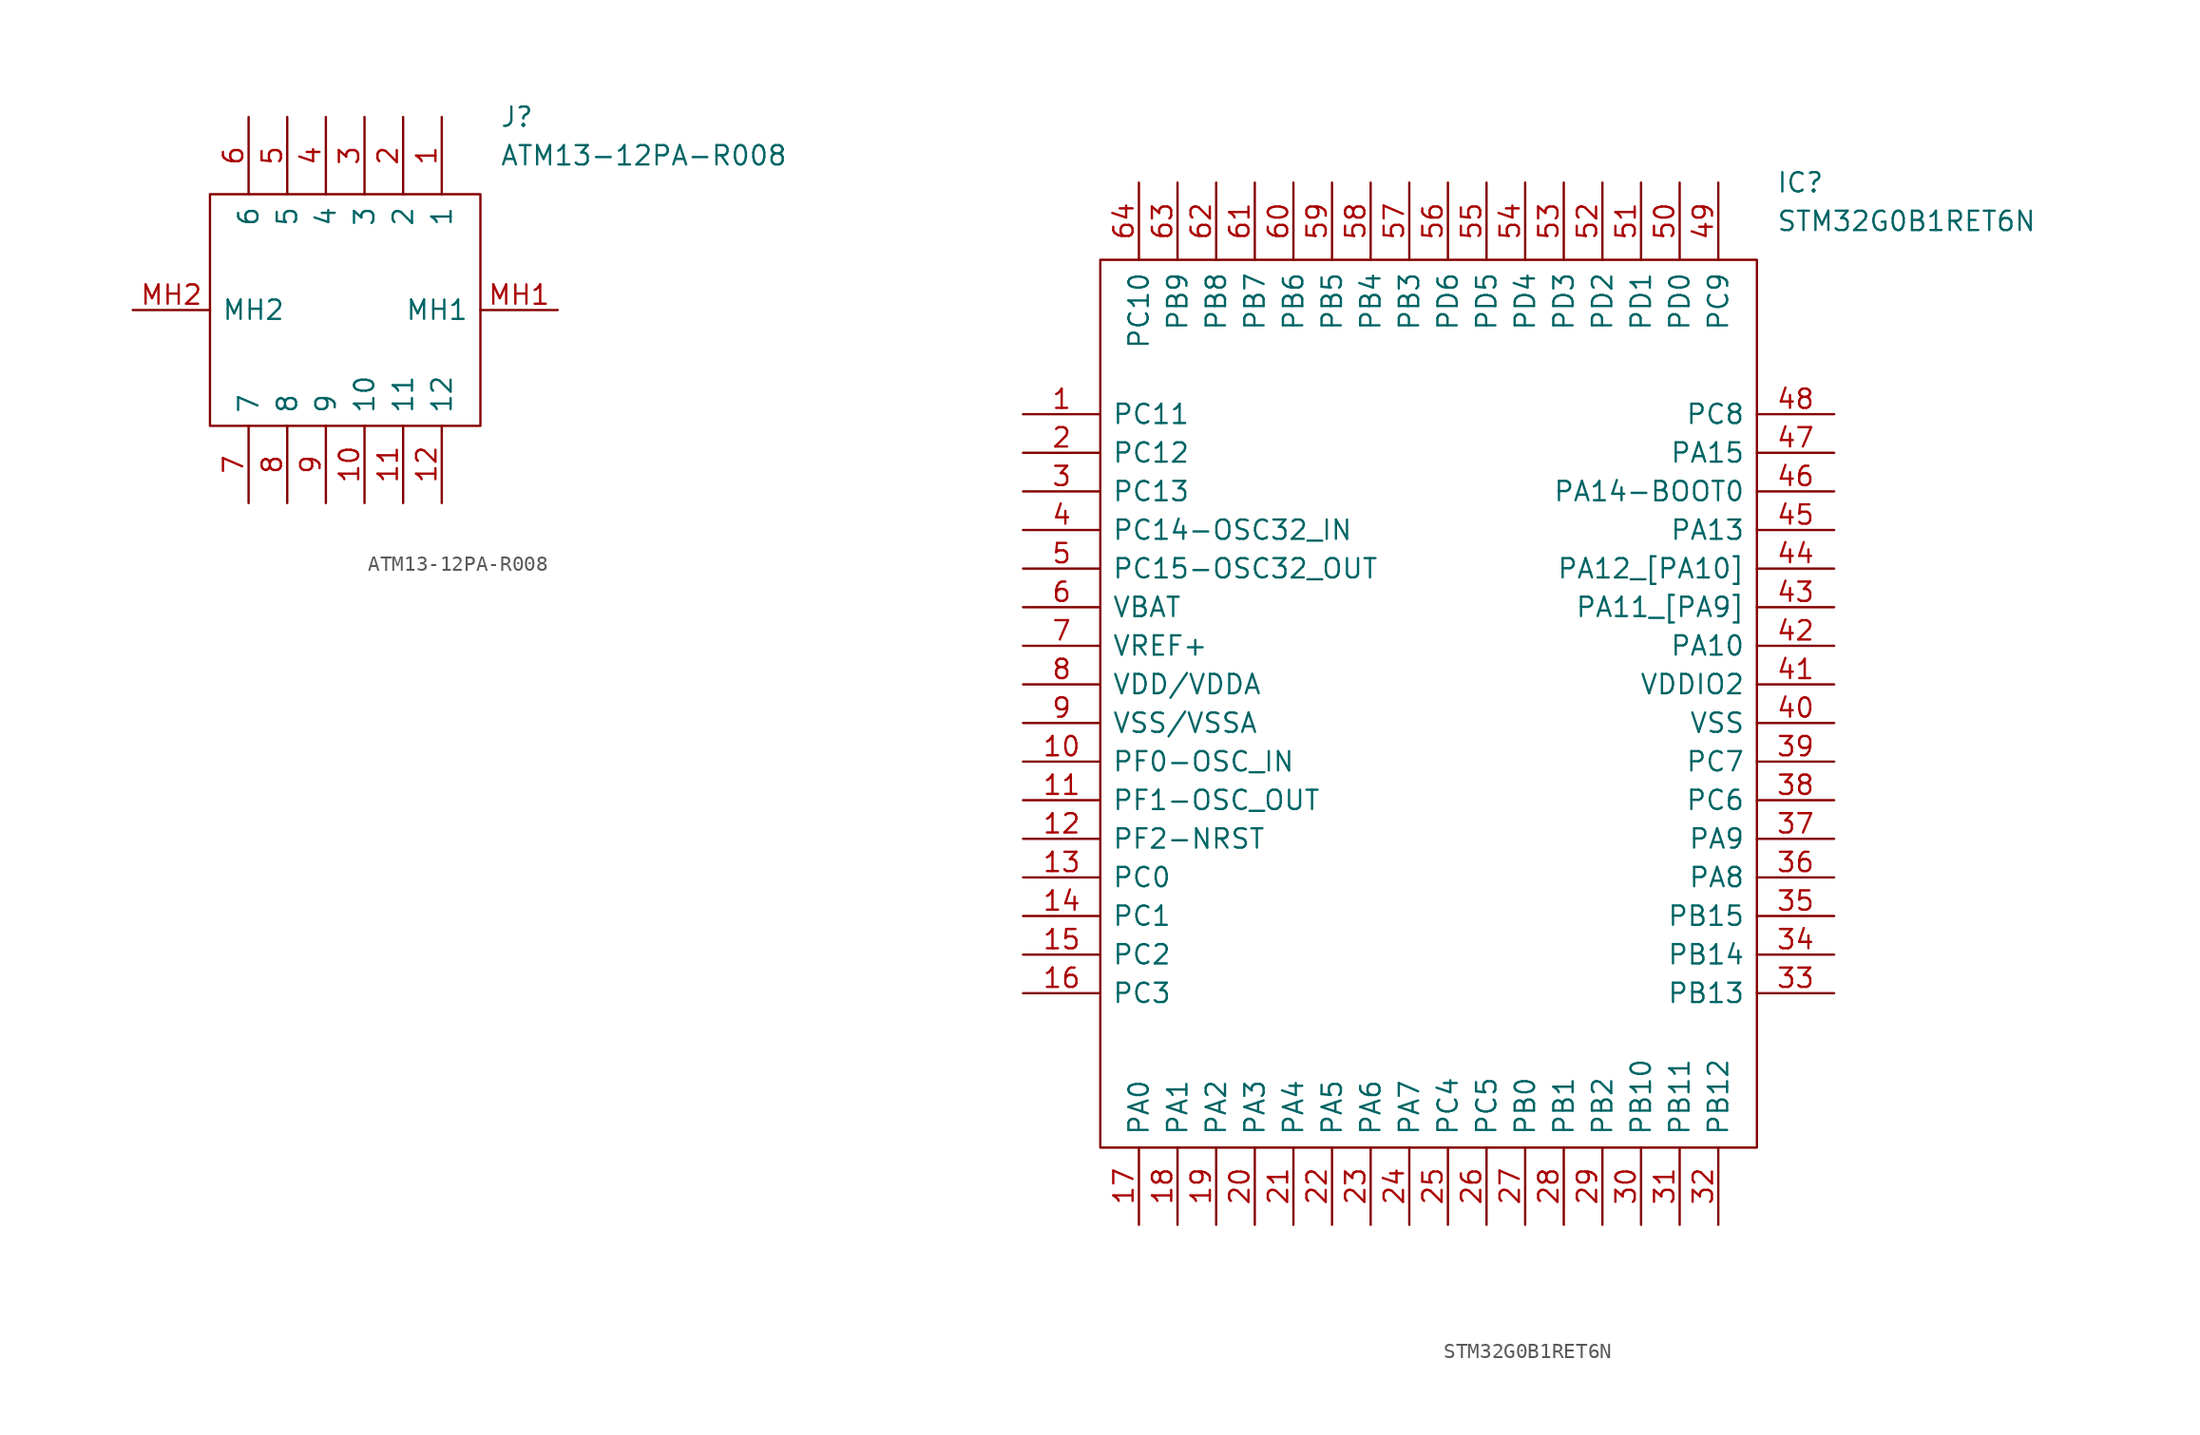
<source format=kicad_sym>
(kicad_symbol_lib
  (version 20220914)
  (generator kicad_symbol_editor)
  (symbol "ATM13-12PA-R008"
    (pin_names
      (offset 0.762))
    (property "Reference" "J"
      (at 24.13 12.7 0)
      (effects (font (size 1.27 1.27)) (justify left)))
    (property "Value" "ATM13-12PA-R008"
      (at 24.13 10.16 0)
      (effects (font (size 1.27 1.27)) (justify left)))
    (symbol "ATM13-12PA-R008_0_0"
      (pin passive line (at 20.32 12.7 270) (length 5.08) (name "1" (effects (font (size 1.27 1.27)))) (number "1" (effects (font (size 1.27 1.27)))))
      (pin passive line (at 15.24 -12.7 90) (length 5.08) (name "10" (effects (font (size 1.27 1.27)))) (number "10" (effects (font (size 1.27 1.27)))))
      (pin passive line (at 17.78 -12.7 90) (length 5.08) (name "11" (effects (font (size 1.27 1.27)))) (number "11" (effects (font (size 1.27 1.27)))))
      (pin passive line (at 20.32 -12.7 90) (length 5.08) (name "12" (effects (font (size 1.27 1.27)))) (number "12" (effects (font (size 1.27 1.27)))))
      (pin passive line (at 17.78 12.7 270) (length 5.08) (name "2" (effects (font (size 1.27 1.27)))) (number "2" (effects (font (size 1.27 1.27)))))
      (pin passive line (at 15.24 12.7 270) (length 5.08) (name "3" (effects (font (size 1.27 1.27)))) (number "3" (effects (font (size 1.27 1.27)))))
      (pin passive line (at 12.7 12.7 270) (length 5.08) (name "4" (effects (font (size 1.27 1.27)))) (number "4" (effects (font (size 1.27 1.27)))))
      (pin passive line (at 10.16 12.7 270) (length 5.08) (name "5" (effects (font (size 1.27 1.27)))) (number "5" (effects (font (size 1.27 1.27)))))
      (pin passive line (at 7.62 12.7 270) (length 5.08) (name "6" (effects (font (size 1.27 1.27)))) (number "6" (effects (font (size 1.27 1.27)))))
      (pin passive line (at 7.62 -12.7 90) (length 5.08) (name "7" (effects (font (size 1.27 1.27)))) (number "7" (effects (font (size 1.27 1.27)))))
      (pin passive line (at 10.16 -12.7 90) (length 5.08) (name "8" (effects (font (size 1.27 1.27)))) (number "8" (effects (font (size 1.27 1.27)))))
      (pin passive line (at 12.7 -12.7 90) (length 5.08) (name "9" (effects (font (size 1.27 1.27)))) (number "9" (effects (font (size 1.27 1.27)))))
      (pin passive line (at 27.94 0 180) (length 5.08) (name "MH1" (effects (font (size 1.27 1.27)))) (number "MH1" (effects (font (size 1.27 1.27)))))
      (pin passive line (at 0 0 0) (length 5.08) (name "MH2" (effects (font (size 1.27 1.27)))) (number "MH2" (effects (font (size 1.27 1.27))))))
    (symbol "ATM13-12PA-R008_0_1"
      (polyline (pts (xy 5.08 7.62) (xy 22.86 7.62) (xy 22.86 -7.62) (xy 5.08 -7.62) (xy 5.08 7.62)) (stroke (width 0.152) (type solid)) (fill (type none)))))
  (symbol "STM32G0B1RET6N"
    (pin_names
      (offset 0.762))
    (property "Reference" "IC"
      (at 49.53 15.24 0)
      (effects (font (size 1.27 1.27)) (justify left)))
    (property "Value" "STM32G0B1RET6N"
      (at 49.53 12.7 0)
      (effects (font (size 1.27 1.27)) (justify left)))
    (symbol "STM32G0B1RET6N_0_0"
      (pin passive line (at 0 0 0) (length 5.08) (name "PC11" (effects (font (size 1.27 1.27)))) (number "1" (effects (font (size 1.27 1.27)))))
      (pin passive line (at 0 -22.86 0) (length 5.08) (name "PF0-OSC_IN" (effects (font (size 1.27 1.27)))) (number "10" (effects (font (size 1.27 1.27)))))
      (pin passive line (at 0 -25.4 0) (length 5.08) (name "PF1-OSC_OUT" (effects (font (size 1.27 1.27)))) (number "11" (effects (font (size 1.27 1.27)))))
      (pin passive line (at 0 -27.94 0) (length 5.08) (name "PF2-NRST" (effects (font (size 1.27 1.27)))) (number "12" (effects (font (size 1.27 1.27)))))
      (pin passive line (at 0 -30.48 0) (length 5.08) (name "PC0" (effects (font (size 1.27 1.27)))) (number "13" (effects (font (size 1.27 1.27)))))
      (pin passive line (at 0 -33.02 0) (length 5.08) (name "PC1" (effects (font (size 1.27 1.27)))) (number "14" (effects (font (size 1.27 1.27)))))
      (pin passive line (at 0 -35.56 0) (length 5.08) (name "PC2" (effects (font (size 1.27 1.27)))) (number "15" (effects (font (size 1.27 1.27)))))
      (pin passive line (at 0 -38.1 0) (length 5.08) (name "PC3" (effects (font (size 1.27 1.27)))) (number "16" (effects (font (size 1.27 1.27)))))
      (pin passive line (at 7.62 -53.34 90) (length 5.08) (name "PA0" (effects (font (size 1.27 1.27)))) (number "17" (effects (font (size 1.27 1.27)))))
      (pin passive line (at 10.16 -53.34 90) (length 5.08) (name "PA1" (effects (font (size 1.27 1.27)))) (number "18" (effects (font (size 1.27 1.27)))))
      (pin passive line (at 12.7 -53.34 90) (length 5.08) (name "PA2" (effects (font (size 1.27 1.27)))) (number "19" (effects (font (size 1.27 1.27)))))
      (pin passive line (at 0 -2.54 0) (length 5.08) (name "PC12" (effects (font (size 1.27 1.27)))) (number "2" (effects (font (size 1.27 1.27)))))
      (pin passive line (at 15.24 -53.34 90) (length 5.08) (name "PA3" (effects (font (size 1.27 1.27)))) (number "20" (effects (font (size 1.27 1.27)))))
      (pin passive line (at 17.78 -53.34 90) (length 5.08) (name "PA4" (effects (font (size 1.27 1.27)))) (number "21" (effects (font (size 1.27 1.27)))))
      (pin passive line (at 20.32 -53.34 90) (length 5.08) (name "PA5" (effects (font (size 1.27 1.27)))) (number "22" (effects (font (size 1.27 1.27)))))
      (pin passive line (at 22.86 -53.34 90) (length 5.08) (name "PA6" (effects (font (size 1.27 1.27)))) (number "23" (effects (font (size 1.27 1.27)))))
      (pin passive line (at 25.4 -53.34 90) (length 5.08) (name "PA7" (effects (font (size 1.27 1.27)))) (number "24" (effects (font (size 1.27 1.27)))))
      (pin passive line (at 27.94 -53.34 90) (length 5.08) (name "PC4" (effects (font (size 1.27 1.27)))) (number "25" (effects (font (size 1.27 1.27)))))
      (pin passive line (at 30.48 -53.34 90) (length 5.08) (name "PC5" (effects (font (size 1.27 1.27)))) (number "26" (effects (font (size 1.27 1.27)))))
      (pin passive line (at 33.02 -53.34 90) (length 5.08) (name "PB0" (effects (font (size 1.27 1.27)))) (number "27" (effects (font (size 1.27 1.27)))))
      (pin passive line (at 35.56 -53.34 90) (length 5.08) (name "PB1" (effects (font (size 1.27 1.27)))) (number "28" (effects (font (size 1.27 1.27)))))
      (pin passive line (at 38.1 -53.34 90) (length 5.08) (name "PB2" (effects (font (size 1.27 1.27)))) (number "29" (effects (font (size 1.27 1.27)))))
      (pin passive line (at 0 -5.08 0) (length 5.08) (name "PC13" (effects (font (size 1.27 1.27)))) (number "3" (effects (font (size 1.27 1.27)))))
      (pin passive line (at 40.64 -53.34 90) (length 5.08) (name "PB10" (effects (font (size 1.27 1.27)))) (number "30" (effects (font (size 1.27 1.27)))))
      (pin passive line (at 43.18 -53.34 90) (length 5.08) (name "PB11" (effects (font (size 1.27 1.27)))) (number "31" (effects (font (size 1.27 1.27)))))
      (pin passive line (at 45.72 -53.34 90) (length 5.08) (name "PB12" (effects (font (size 1.27 1.27)))) (number "32" (effects (font (size 1.27 1.27)))))
      (pin passive line (at 53.34 -38.1 180) (length 5.08) (name "PB13" (effects (font (size 1.27 1.27)))) (number "33" (effects (font (size 1.27 1.27)))))
      (pin passive line (at 53.34 -35.56 180) (length 5.08) (name "PB14" (effects (font (size 1.27 1.27)))) (number "34" (effects (font (size 1.27 1.27)))))
      (pin passive line (at 53.34 -33.02 180) (length 5.08) (name "PB15" (effects (font (size 1.27 1.27)))) (number "35" (effects (font (size 1.27 1.27)))))
      (pin passive line (at 53.34 -30.48 180) (length 5.08) (name "PA8" (effects (font (size 1.27 1.27)))) (number "36" (effects (font (size 1.27 1.27)))))
      (pin passive line (at 53.34 -27.94 180) (length 5.08) (name "PA9" (effects (font (size 1.27 1.27)))) (number "37" (effects (font (size 1.27 1.27)))))
      (pin passive line (at 53.34 -25.4 180) (length 5.08) (name "PC6" (effects (font (size 1.27 1.27)))) (number "38" (effects (font (size 1.27 1.27)))))
      (pin passive line (at 53.34 -22.86 180) (length 5.08) (name "PC7" (effects (font (size 1.27 1.27)))) (number "39" (effects (font (size 1.27 1.27)))))
      (pin passive line (at 0 -7.62 0) (length 5.08) (name "PC14-OSC32_IN" (effects (font (size 1.27 1.27)))) (number "4" (effects (font (size 1.27 1.27)))))
      (pin passive line (at 53.34 -20.32 180) (length 5.08) (name "VSS" (effects (font (size 1.27 1.27)))) (number "40" (effects (font (size 1.27 1.27)))))
      (pin passive line (at 53.34 -17.78 180) (length 5.08) (name "VDDIO2" (effects (font (size 1.27 1.27)))) (number "41" (effects (font (size 1.27 1.27)))))
      (pin passive line (at 53.34 -15.24 180) (length 5.08) (name "PA10" (effects (font (size 1.27 1.27)))) (number "42" (effects (font (size 1.27 1.27)))))
      (pin passive line (at 53.34 -12.7 180) (length 5.08) (name "PA11_[PA9]" (effects (font (size 1.27 1.27)))) (number "43" (effects (font (size 1.27 1.27)))))
      (pin passive line (at 53.34 -10.16 180) (length 5.08) (name "PA12_[PA10]" (effects (font (size 1.27 1.27)))) (number "44" (effects (font (size 1.27 1.27)))))
      (pin passive line (at 53.34 -7.62 180) (length 5.08) (name "PA13" (effects (font (size 1.27 1.27)))) (number "45" (effects (font (size 1.27 1.27)))))
      (pin passive line (at 53.34 -5.08 180) (length 5.08) (name "PA14-BOOT0" (effects (font (size 1.27 1.27)))) (number "46" (effects (font (size 1.27 1.27)))))
      (pin passive line (at 53.34 -2.54 180) (length 5.08) (name "PA15" (effects (font (size 1.27 1.27)))) (number "47" (effects (font (size 1.27 1.27)))))
      (pin passive line (at 53.34 0 180) (length 5.08) (name "PC8" (effects (font (size 1.27 1.27)))) (number "48" (effects (font (size 1.27 1.27)))))
      (pin passive line (at 45.72 15.24 270) (length 5.08) (name "PC9" (effects (font (size 1.27 1.27)))) (number "49" (effects (font (size 1.27 1.27)))))
      (pin passive line (at 0 -10.16 0) (length 5.08) (name "PC15-OSC32_OUT" (effects (font (size 1.27 1.27)))) (number "5" (effects (font (size 1.27 1.27)))))
      (pin passive line (at 43.18 15.24 270) (length 5.08) (name "PD0" (effects (font (size 1.27 1.27)))) (number "50" (effects (font (size 1.27 1.27)))))
      (pin passive line (at 40.64 15.24 270) (length 5.08) (name "PD1" (effects (font (size 1.27 1.27)))) (number "51" (effects (font (size 1.27 1.27)))))
      (pin passive line (at 38.1 15.24 270) (length 5.08) (name "PD2" (effects (font (size 1.27 1.27)))) (number "52" (effects (font (size 1.27 1.27)))))
      (pin passive line (at 35.56 15.24 270) (length 5.08) (name "PD3" (effects (font (size 1.27 1.27)))) (number "53" (effects (font (size 1.27 1.27)))))
      (pin passive line (at 33.02 15.24 270) (length 5.08) (name "PD4" (effects (font (size 1.27 1.27)))) (number "54" (effects (font (size 1.27 1.27)))))
      (pin passive line (at 30.48 15.24 270) (length 5.08) (name "PD5" (effects (font (size 1.27 1.27)))) (number "55" (effects (font (size 1.27 1.27)))))
      (pin passive line (at 27.94 15.24 270) (length 5.08) (name "PD6" (effects (font (size 1.27 1.27)))) (number "56" (effects (font (size 1.27 1.27)))))
      (pin passive line (at 25.4 15.24 270) (length 5.08) (name "PB3" (effects (font (size 1.27 1.27)))) (number "57" (effects (font (size 1.27 1.27)))))
      (pin passive line (at 22.86 15.24 270) (length 5.08) (name "PB4" (effects (font (size 1.27 1.27)))) (number "58" (effects (font (size 1.27 1.27)))))
      (pin passive line (at 20.32 15.24 270) (length 5.08) (name "PB5" (effects (font (size 1.27 1.27)))) (number "59" (effects (font (size 1.27 1.27)))))
      (pin passive line (at 0 -12.7 0) (length 5.08) (name "VBAT" (effects (font (size 1.27 1.27)))) (number "6" (effects (font (size 1.27 1.27)))))
      (pin passive line (at 17.78 15.24 270) (length 5.08) (name "PB6" (effects (font (size 1.27 1.27)))) (number "60" (effects (font (size 1.27 1.27)))))
      (pin passive line (at 15.24 15.24 270) (length 5.08) (name "PB7" (effects (font (size 1.27 1.27)))) (number "61" (effects (font (size 1.27 1.27)))))
      (pin passive line (at 12.7 15.24 270) (length 5.08) (name "PB8" (effects (font (size 1.27 1.27)))) (number "62" (effects (font (size 1.27 1.27)))))
      (pin passive line (at 10.16 15.24 270) (length 5.08) (name "PB9" (effects (font (size 1.27 1.27)))) (number "63" (effects (font (size 1.27 1.27)))))
      (pin passive line (at 7.62 15.24 270) (length 5.08) (name "PC10" (effects (font (size 1.27 1.27)))) (number "64" (effects (font (size 1.27 1.27)))))
      (pin passive line (at 0 -15.24 0) (length 5.08) (name "VREF+" (effects (font (size 1.27 1.27)))) (number "7" (effects (font (size 1.27 1.27)))))
      (pin passive line (at 0 -17.78 0) (length 5.08) (name "VDD/VDDA" (effects (font (size 1.27 1.27)))) (number "8" (effects (font (size 1.27 1.27)))))
      (pin passive line (at 0 -20.32 0) (length 5.08) (name "VSS/VSSA" (effects (font (size 1.27 1.27)))) (number "9" (effects (font (size 1.27 1.27))))))
    (symbol "STM32G0B1RET6N_0_1"
      (polyline (pts (xy 5.08 10.16) (xy 48.26 10.16) (xy 48.26 -48.26) (xy 5.08 -48.26) (xy 5.08 10.16)) (stroke (width 0.152) (type solid)) (fill (type none))))))
</source>
